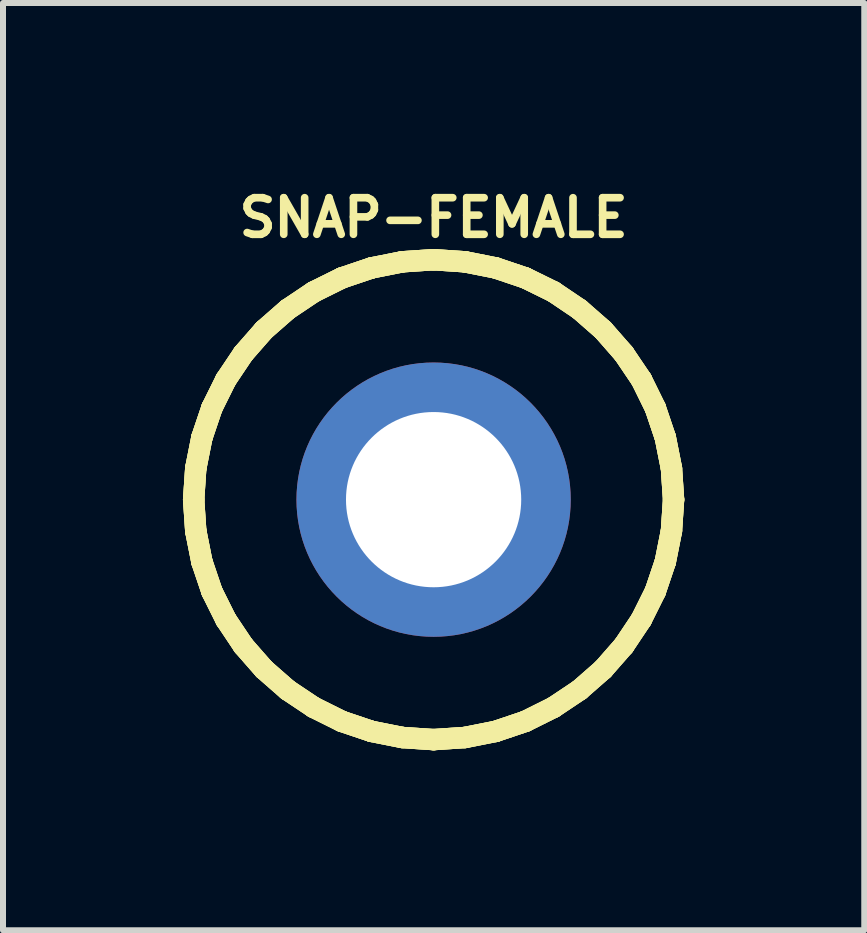
<source format=kicad_pcb>
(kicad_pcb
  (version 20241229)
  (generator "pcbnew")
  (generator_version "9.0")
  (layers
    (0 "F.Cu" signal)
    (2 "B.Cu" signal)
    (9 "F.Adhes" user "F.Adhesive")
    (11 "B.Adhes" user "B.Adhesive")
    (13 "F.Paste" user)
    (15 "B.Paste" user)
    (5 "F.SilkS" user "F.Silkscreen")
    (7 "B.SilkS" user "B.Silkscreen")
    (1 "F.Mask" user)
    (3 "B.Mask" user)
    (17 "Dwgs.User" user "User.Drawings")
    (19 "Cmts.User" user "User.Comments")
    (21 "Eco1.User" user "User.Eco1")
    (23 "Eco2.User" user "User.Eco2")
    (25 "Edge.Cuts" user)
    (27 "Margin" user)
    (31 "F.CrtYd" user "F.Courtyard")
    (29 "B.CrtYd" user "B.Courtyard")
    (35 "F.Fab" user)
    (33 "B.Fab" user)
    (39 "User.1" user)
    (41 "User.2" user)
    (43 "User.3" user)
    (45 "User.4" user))
  (footprint "SNAP-FEMALE"
    (layer "F.Cu")
    (at 4.178 5.279)
    (property "Reference" "SNAP-FEMALE" (at 0 -4.699 0) (layer "F.SilkS") (effects (font (size 0.61 0.61) (thickness 0.127))))
    (attr exclude_from_pos_files exclude_from_bom)
    (fp_line (start -4 0) (end -3.965 -0.521) (stroke (width 0.254) (type solid)) (layer "F.Cu"))
    (fp_line (start -3.965 -0.521) (end -3.863 -1.034) (stroke (width 0.254) (type solid)) (layer "F.Cu"))
    (fp_line (start -3.965 0.521) (end -4 0) (stroke (width 0.254) (type solid)) (layer "F.Cu"))
    (fp_line (start -3.863 -1.034) (end -3.696 -1.529) (stroke (width 0.254) (type solid)) (layer "F.Cu"))
    (fp_line (start -3.863 1.034) (end -3.965 0.521) (stroke (width 0.254) (type solid)) (layer "F.Cu"))
    (fp_line (start -3.696 -1.529) (end -3.462 -1.999) (stroke (width 0.254) (type solid)) (layer "F.Cu"))
    (fp_line (start -3.696 1.529) (end -3.863 1.034) (stroke (width 0.254) (type solid)) (layer "F.Cu"))
    (fp_line (start -3.462 -1.999) (end -3.172 -2.433) (stroke (width 0.254) (type solid)) (layer "F.Cu"))
    (fp_line (start -3.462 1.999) (end -3.696 1.529) (stroke (width 0.254) (type solid)) (layer "F.Cu"))
    (fp_line (start -3.172 -2.433) (end -2.827 -2.827) (stroke (width 0.254) (type solid)) (layer "F.Cu"))
    (fp_line (start -3.172 2.433) (end -3.462 1.999) (stroke (width 0.254) (type solid)) (layer "F.Cu"))
    (fp_line (start -2.827 -2.827) (end -2.433 -3.172) (stroke (width 0.254) (type solid)) (layer "F.Cu"))
    (fp_line (start -2.827 2.827) (end -3.172 2.433) (stroke (width 0.254) (type solid)) (layer "F.Cu"))
    (fp_line (start -2.433 -3.172) (end -1.999 -3.462) (stroke (width 0.254) (type solid)) (layer "F.Cu"))
    (fp_line (start -2.433 3.172) (end -2.827 2.827) (stroke (width 0.254) (type solid)) (layer "F.Cu"))
    (fp_line (start -1.999 -3.462) (end -1.529 -3.696) (stroke (width 0.254) (type solid)) (layer "F.Cu"))
    (fp_line (start -1.999 3.462) (end -2.433 3.172) (stroke (width 0.254) (type solid)) (layer "F.Cu"))
    (fp_line (start -1.529 -3.696) (end -1.034 -3.863) (stroke (width 0.254) (type solid)) (layer "F.Cu"))
    (fp_line (start -1.529 3.696) (end -1.999 3.462) (stroke (width 0.254) (type solid)) (layer "F.Cu"))
    (fp_line (start -1.034 -3.863) (end -0.521 -3.965) (stroke (width 0.254) (type solid)) (layer "F.Cu"))
    (fp_line (start -1.034 3.863) (end -1.529 3.696) (stroke (width 0.254) (type solid)) (layer "F.Cu"))
    (fp_line (start -0.521 -3.965) (end 0 -4) (stroke (width 0.254) (type solid)) (layer "F.Cu"))
    (fp_line (start -0.521 3.965) (end -1.034 3.863) (stroke (width 0.254) (type solid)) (layer "F.Cu"))
    (fp_line (start 0 -4) (end 0.521 -3.965) (stroke (width 0.254) (type solid)) (layer "F.Cu"))
    (fp_line (start 0 4) (end -0.521 3.965) (stroke (width 0.254) (type solid)) (layer "F.Cu"))
    (fp_line (start 0.521 -3.965) (end 1.034 -3.863) (stroke (width 0.254) (type solid)) (layer "F.Cu"))
    (fp_line (start 0.521 3.965) (end 0 4) (stroke (width 0.254) (type solid)) (layer "F.Cu"))
    (fp_line (start 1.034 -3.863) (end 1.529 -3.696) (stroke (width 0.254) (type solid)) (layer "F.Cu"))
    (fp_line (start 1.034 3.863) (end 0.521 3.965) (stroke (width 0.254) (type solid)) (layer "F.Cu"))
    (fp_line (start 1.529 -3.696) (end 1.999 -3.465) (stroke (width 0.254) (type solid)) (layer "F.Cu"))
    (fp_line (start 1.529 3.696) (end 1.034 3.863) (stroke (width 0.254) (type solid)) (layer "F.Cu"))
    (fp_line (start 1.999 -3.465) (end 2.433 -3.172) (stroke (width 0.254) (type solid)) (layer "F.Cu"))
    (fp_line (start 1.999 3.462) (end 1.529 3.696) (stroke (width 0.254) (type solid)) (layer "F.Cu"))
    (fp_line (start 2.433 -3.172) (end 2.827 -2.827) (stroke (width 0.254) (type solid)) (layer "F.Cu"))
    (fp_line (start 2.433 3.172) (end 1.999 3.462) (stroke (width 0.254) (type solid)) (layer "F.Cu"))
    (fp_line (start 2.827 -2.827) (end 3.172 -2.433) (stroke (width 0.254) (type solid)) (layer "F.Cu"))
    (fp_line (start 2.827 2.827) (end 2.433 3.172) (stroke (width 0.254) (type solid)) (layer "F.Cu"))
    (fp_line (start 3.172 -2.433) (end 3.465 -1.999) (stroke (width 0.254) (type solid)) (layer "F.Cu"))
    (fp_line (start 3.172 2.433) (end 2.827 2.827) (stroke (width 0.254) (type solid)) (layer "F.Cu"))
    (fp_line (start 3.462 1.999) (end 3.172 2.433) (stroke (width 0.254) (type solid)) (layer "F.Cu"))
    (fp_line (start 3.465 -1.999) (end 3.696 -1.529) (stroke (width 0.254) (type solid)) (layer "F.Cu"))
    (fp_line (start 3.696 -1.529) (end 3.863 -1.034) (stroke (width 0.254) (type solid)) (layer "F.Cu"))
    (fp_line (start 3.696 1.529) (end 3.462 1.999) (stroke (width 0.254) (type solid)) (layer "F.Cu"))
    (fp_line (start 3.863 -1.034) (end 3.965 -0.521) (stroke (width 0.254) (type solid)) (layer "F.Cu"))
    (fp_line (start 3.863 1.034) (end 3.696 1.529) (stroke (width 0.254) (type solid)) (layer "F.Cu"))
    (fp_line (start 3.965 -0.521) (end 4 0) (stroke (width 0.254) (type solid)) (layer "F.Cu"))
    (fp_line (start 3.965 0.521) (end 3.863 1.034) (stroke (width 0.254) (type solid)) (layer "F.Cu"))
    (fp_line (start 4 0) (end 3.965 0.521) (stroke (width 0.254) (type solid)) (layer "F.Cu"))
    (fp_line (start -4 0) (end -3.965 -0.521) (stroke (width 0.356) (type solid)) (layer "F.SilkS"))
    (fp_line (start -4 0) (end -3.965 -0.521) (stroke (width 0.356) (type solid)) (layer "F.SilkS"))
    (fp_line (start -4 0) (end -3.965 -0.521) (stroke (width 0.356) (type solid)) (layer "F.SilkS"))
    (fp_line (start -3.965 -0.521) (end -3.863 -1.034) (stroke (width 0.356) (type solid)) (layer "F.SilkS"))
    (fp_line (start -3.965 -0.521) (end -3.863 -1.034) (stroke (width 0.356) (type solid)) (layer "F.SilkS"))
    (fp_line (start -3.965 -0.521) (end -3.863 -1.034) (stroke (width 0.356) (type solid)) (layer "F.SilkS"))
    (fp_line (start -3.965 0.521) (end -4 0) (stroke (width 0.356) (type solid)) (layer "F.SilkS"))
    (fp_line (start -3.965 0.521) (end -4 0) (stroke (width 0.356) (type solid)) (layer "F.SilkS"))
    (fp_line (start -3.965 0.521) (end -4 0) (stroke (width 0.356) (type solid)) (layer "F.SilkS"))
    (fp_line (start -3.863 -1.034) (end -3.696 -1.529) (stroke (width 0.356) (type solid)) (layer "F.SilkS"))
    (fp_line (start -3.863 -1.034) (end -3.696 -1.529) (stroke (width 0.356) (type solid)) (layer "F.SilkS"))
    (fp_line (start -3.863 -1.034) (end -3.696 -1.529) (stroke (width 0.356) (type solid)) (layer "F.SilkS"))
    (fp_line (start -3.863 1.034) (end -3.965 0.521) (stroke (width 0.356) (type solid)) (layer "F.SilkS"))
    (fp_line (start -3.863 1.034) (end -3.965 0.521) (stroke (width 0.356) (type solid)) (layer "F.SilkS"))
    (fp_line (start -3.863 1.034) (end -3.965 0.521) (stroke (width 0.356) (type solid)) (layer "F.SilkS"))
    (fp_line (start -3.696 -1.529) (end -3.465 -1.999) (stroke (width 0.356) (type solid)) (layer "F.SilkS"))
    (fp_line (start -3.696 -1.529) (end -3.462 -1.999) (stroke (width 0.356) (type solid)) (layer "F.SilkS"))
    (fp_line (start -3.696 -1.529) (end -3.462 -1.999) (stroke (width 0.356) (type solid)) (layer "F.SilkS"))
    (fp_line (start -3.696 1.529) (end -3.863 1.034) (stroke (width 0.356) (type solid)) (layer "F.SilkS"))
    (fp_line (start -3.696 1.529) (end -3.863 1.034) (stroke (width 0.356) (type solid)) (layer "F.SilkS"))
    (fp_line (start -3.696 1.529) (end -3.863 1.034) (stroke (width 0.356) (type solid)) (layer "F.SilkS"))
    (fp_line (start -3.465 -1.999) (end -3.172 -2.433) (stroke (width 0.356) (type solid)) (layer "F.SilkS"))
    (fp_line (start -3.462 -1.999) (end -3.172 -2.433) (stroke (width 0.356) (type solid)) (layer "F.SilkS"))
    (fp_line (start -3.462 -1.999) (end -3.172 -2.433) (stroke (width 0.356) (type solid)) (layer "F.SilkS"))
    (fp_line (start -3.462 1.999) (end -3.696 1.529) (stroke (width 0.356) (type solid)) (layer "F.SilkS"))
    (fp_line (start -3.462 1.999) (end -3.696 1.529) (stroke (width 0.356) (type solid)) (layer "F.SilkS"))
    (fp_line (start -3.462 1.999) (end -3.696 1.529) (stroke (width 0.356) (type solid)) (layer "F.SilkS"))
    (fp_line (start -3.172 -2.433) (end -2.827 -2.827) (stroke (width 0.356) (type solid)) (layer "F.SilkS"))
    (fp_line (start -3.172 -2.433) (end -2.827 -2.827) (stroke (width 0.356) (type solid)) (layer "F.SilkS"))
    (fp_line (start -3.172 -2.433) (end -2.827 -2.827) (stroke (width 0.356) (type solid)) (layer "F.SilkS"))
    (fp_line (start -3.172 2.433) (end -3.462 1.999) (stroke (width 0.356) (type solid)) (layer "F.SilkS"))
    (fp_line (start -3.172 2.433) (end -3.462 1.999) (stroke (width 0.356) (type solid)) (layer "F.SilkS"))
    (fp_line (start -3.172 2.433) (end -3.462 1.999) (stroke (width 0.356) (type solid)) (layer "F.SilkS"))
    (fp_line (start -2.827 -2.827) (end -2.433 -3.172) (stroke (width 0.356) (type solid)) (layer "F.SilkS"))
    (fp_line (start -2.827 -2.827) (end -2.433 -3.172) (stroke (width 0.356) (type solid)) (layer "F.SilkS"))
    (fp_line (start -2.827 -2.827) (end -2.433 -3.172) (stroke (width 0.356) (type solid)) (layer "F.SilkS"))
    (fp_line (start -2.827 2.827) (end -3.172 2.433) (stroke (width 0.356) (type solid)) (layer "F.SilkS"))
    (fp_line (start -2.827 2.827) (end -3.172 2.433) (stroke (width 0.356) (type solid)) (layer "F.SilkS"))
    (fp_line (start -2.827 2.827) (end -3.172 2.433) (stroke (width 0.356) (type solid)) (layer "F.SilkS"))
    (fp_line (start -2.433 -3.172) (end -1.999 -3.465) (stroke (width 0.356) (type solid)) (layer "F.SilkS"))
    (fp_line (start -2.433 -3.172) (end -1.999 -3.462) (stroke (width 0.356) (type solid)) (layer "F.SilkS"))
    (fp_line (start -2.433 -3.172) (end -1.999 -3.462) (stroke (width 0.356) (type solid)) (layer "F.SilkS"))
    (fp_line (start -2.433 3.172) (end -2.827 2.827) (stroke (width 0.356) (type solid)) (layer "F.SilkS"))
    (fp_line (start -2.433 3.172) (end -2.827 2.827) (stroke (width 0.356) (type solid)) (layer "F.SilkS"))
    (fp_line (start -2.433 3.172) (end -2.827 2.827) (stroke (width 0.356) (type solid)) (layer "F.SilkS"))
    (fp_line (start -1.999 -3.465) (end -1.529 -3.696) (stroke (width 0.356) (type solid)) (layer "F.SilkS"))
    (fp_line (start -1.999 -3.462) (end -1.529 -3.696) (stroke (width 0.356) (type solid)) (layer "F.SilkS"))
    (fp_line (start -1.999 -3.462) (end -1.529 -3.696) (stroke (width 0.356) (type solid)) (layer "F.SilkS"))
    (fp_line (start -1.999 3.462) (end -2.433 3.172) (stroke (width 0.356) (type solid)) (layer "F.SilkS"))
    (fp_line (start -1.999 3.462) (end -2.433 3.172) (stroke (width 0.356) (type solid)) (layer "F.SilkS"))
    (fp_line (start -1.999 3.462) (end -2.433 3.172) (stroke (width 0.356) (type solid)) (layer "F.SilkS"))
    (fp_line (start -1.529 -3.696) (end -1.034 -3.863) (stroke (width 0.356) (type solid)) (layer "F.SilkS"))
    (fp_line (start -1.529 -3.696) (end -1.034 -3.863) (stroke (width 0.356) (type solid)) (layer "F.SilkS"))
    (fp_line (start -1.529 -3.696) (end -1.034 -3.863) (stroke (width 0.356) (type solid)) (layer "F.SilkS"))
    (fp_line (start -1.529 3.696) (end -1.999 3.462) (stroke (width 0.356) (type solid)) (layer "F.SilkS"))
    (fp_line (start -1.529 3.696) (end -1.999 3.462) (stroke (width 0.356) (type solid)) (layer "F.SilkS"))
    (fp_line (start -1.529 3.696) (end -1.999 3.462) (stroke (width 0.356) (type solid)) (layer "F.SilkS"))
    (fp_line (start -1.034 -3.863) (end -0.521 -3.965) (stroke (width 0.356) (type solid)) (layer "F.SilkS"))
    (fp_line (start -1.034 -3.863) (end -0.521 -3.965) (stroke (width 0.356) (type solid)) (layer "F.SilkS"))
    (fp_line (start -1.034 -3.863) (end -0.521 -3.965) (stroke (width 0.356) (type solid)) (layer "F.SilkS"))
    (fp_line (start -1.034 3.863) (end -1.529 3.696) (stroke (width 0.356) (type solid)) (layer "F.SilkS"))
    (fp_line (start -1.034 3.863) (end -1.529 3.696) (stroke (width 0.356) (type solid)) (layer "F.SilkS"))
    (fp_line (start -1.034 3.863) (end -1.529 3.696) (stroke (width 0.356) (type solid)) (layer "F.SilkS"))
    (fp_line (start -0.521 -3.965) (end 0 -4) (stroke (width 0.356) (type solid)) (layer "F.SilkS"))
    (fp_line (start -0.521 -3.965) (end 0 -4) (stroke (width 0.356) (type solid)) (layer "F.SilkS"))
    (fp_line (start -0.521 -3.965) (end 0 -4) (stroke (width 0.356) (type solid)) (layer "F.SilkS"))
    (fp_line (start -0.521 3.965) (end -1.034 3.863) (stroke (width 0.356) (type solid)) (layer "F.SilkS"))
    (fp_line (start -0.521 3.965) (end -1.034 3.863) (stroke (width 0.356) (type solid)) (layer "F.SilkS"))
    (fp_line (start -0.521 3.965) (end -1.034 3.863) (stroke (width 0.356) (type solid)) (layer "F.SilkS"))
    (fp_line (start 0 -4) (end 0.521 -3.965) (stroke (width 0.356) (type solid)) (layer "F.SilkS"))
    (fp_line (start 0 -4) (end 0.521 -3.965) (stroke (width 0.356) (type solid)) (layer "F.SilkS"))
    (fp_line (start 0 -4) (end 0.521 -3.965) (stroke (width 0.356) (type solid)) (layer "F.SilkS"))
    (fp_line (start 0 4) (end -0.521 3.965) (stroke (width 0.356) (type solid)) (layer "F.SilkS"))
    (fp_line (start 0 4) (end -0.521 3.965) (stroke (width 0.356) (type solid)) (layer "F.SilkS"))
    (fp_line (start 0 4) (end -0.521 3.965) (stroke (width 0.356) (type solid)) (layer "F.SilkS"))
    (fp_line (start 0.521 -3.965) (end 1.034 -3.863) (stroke (width 0.356) (type solid)) (layer "F.SilkS"))
    (fp_line (start 0.521 -3.965) (end 1.034 -3.863) (stroke (width 0.356) (type solid)) (layer "F.SilkS"))
    (fp_line (start 0.521 -3.965) (end 1.034 -3.863) (stroke (width 0.356) (type solid)) (layer "F.SilkS"))
    (fp_line (start 0.521 3.965) (end 0 4) (stroke (width 0.356) (type solid)) (layer "F.SilkS"))
    (fp_line (start 0.521 3.965) (end 0 4) (stroke (width 0.356) (type solid)) (layer "F.SilkS"))
    (fp_line (start 0.521 3.965) (end 0 4) (stroke (width 0.356) (type solid)) (layer "F.SilkS"))
    (fp_line (start 1.034 -3.863) (end 1.529 -3.696) (stroke (width 0.356) (type solid)) (layer "F.SilkS"))
    (fp_line (start 1.034 -3.863) (end 1.529 -3.696) (stroke (width 0.356) (type solid)) (layer "F.SilkS"))
    (fp_line (start 1.034 -3.863) (end 1.529 -3.696) (stroke (width 0.356) (type solid)) (layer "F.SilkS"))
    (fp_line (start 1.034 3.863) (end 0.521 3.965) (stroke (width 0.356) (type solid)) (layer "F.SilkS"))
    (fp_line (start 1.034 3.863) (end 0.521 3.965) (stroke (width 0.356) (type solid)) (layer "F.SilkS"))
    (fp_line (start 1.034 3.863) (end 0.521 3.965) (stroke (width 0.356) (type solid)) (layer "F.SilkS"))
    (fp_line (start 1.529 -3.696) (end 1.999 -3.465) (stroke (width 0.356) (type solid)) (layer "F.SilkS"))
    (fp_line (start 1.529 -3.696) (end 1.999 -3.465) (stroke (width 0.356) (type solid)) (layer "F.SilkS"))
    (fp_line (start 1.529 -3.696) (end 1.999 -3.465) (stroke (width 0.356) (type solid)) (layer "F.SilkS"))
    (fp_line (start 1.529 3.696) (end 1.034 3.863) (stroke (width 0.356) (type solid)) (layer "F.SilkS"))
    (fp_line (start 1.529 3.696) (end 1.034 3.863) (stroke (width 0.356) (type solid)) (layer "F.SilkS"))
    (fp_line (start 1.529 3.696) (end 1.034 3.863) (stroke (width 0.356) (type solid)) (layer "F.SilkS"))
    (fp_line (start 1.999 -3.465) (end 2.433 -3.172) (stroke (width 0.356) (type solid)) (layer "F.SilkS"))
    (fp_line (start 1.999 -3.465) (end 2.433 -3.172) (stroke (width 0.356) (type solid)) (layer "F.SilkS"))
    (fp_line (start 1.999 -3.465) (end 2.433 -3.172) (stroke (width 0.356) (type solid)) (layer "F.SilkS"))
    (fp_line (start 1.999 3.462) (end 1.529 3.696) (stroke (width 0.356) (type solid)) (layer "F.SilkS"))
    (fp_line (start 1.999 3.462) (end 1.529 3.696) (stroke (width 0.356) (type solid)) (layer "F.SilkS"))
    (fp_line (start 1.999 3.462) (end 1.529 3.696) (stroke (width 0.356) (type solid)) (layer "F.SilkS"))
    (fp_line (start 2.433 -3.172) (end 2.827 -2.827) (stroke (width 0.356) (type solid)) (layer "F.SilkS"))
    (fp_line (start 2.433 -3.172) (end 2.827 -2.827) (stroke (width 0.356) (type solid)) (layer "F.SilkS"))
    (fp_line (start 2.433 -3.172) (end 2.827 -2.827) (stroke (width 0.356) (type solid)) (layer "F.SilkS"))
    (fp_line (start 2.433 3.172) (end 1.999 3.462) (stroke (width 0.356) (type solid)) (layer "F.SilkS"))
    (fp_line (start 2.433 3.172) (end 1.999 3.462) (stroke (width 0.356) (type solid)) (layer "F.SilkS"))
    (fp_line (start 2.433 3.172) (end 1.999 3.462) (stroke (width 0.356) (type solid)) (layer "F.SilkS"))
    (fp_line (start 2.827 -2.827) (end 3.172 -2.433) (stroke (width 0.356) (type solid)) (layer "F.SilkS"))
    (fp_line (start 2.827 -2.827) (end 3.172 -2.433) (stroke (width 0.356) (type solid)) (layer "F.SilkS"))
    (fp_line (start 2.827 -2.827) (end 3.172 -2.433) (stroke (width 0.356) (type solid)) (layer "F.SilkS"))
    (fp_line (start 2.827 2.827) (end 2.433 3.172) (stroke (width 0.356) (type solid)) (layer "F.SilkS"))
    (fp_line (start 2.827 2.827) (end 2.433 3.172) (stroke (width 0.356) (type solid)) (layer "F.SilkS"))
    (fp_line (start 2.827 2.827) (end 2.433 3.172) (stroke (width 0.356) (type solid)) (layer "F.SilkS"))
    (fp_line (start 3.172 -2.433) (end 3.465 -1.999) (stroke (width 0.356) (type solid)) (layer "F.SilkS"))
    (fp_line (start 3.172 -2.433) (end 3.465 -1.999) (stroke (width 0.356) (type solid)) (layer "F.SilkS"))
    (fp_line (start 3.172 -2.433) (end 3.465 -1.999) (stroke (width 0.356) (type solid)) (layer "F.SilkS"))
    (fp_line (start 3.172 2.433) (end 2.827 2.827) (stroke (width 0.356) (type solid)) (layer "F.SilkS"))
    (fp_line (start 3.172 2.433) (end 2.827 2.827) (stroke (width 0.356) (type solid)) (layer "F.SilkS"))
    (fp_line (start 3.172 2.433) (end 2.827 2.827) (stroke (width 0.356) (type solid)) (layer "F.SilkS"))
    (fp_line (start 3.462 1.999) (end 3.172 2.433) (stroke (width 0.356) (type solid)) (layer "F.SilkS"))
    (fp_line (start 3.462 1.999) (end 3.172 2.433) (stroke (width 0.356) (type solid)) (layer "F.SilkS"))
    (fp_line (start 3.462 1.999) (end 3.172 2.433) (stroke (width 0.356) (type solid)) (layer "F.SilkS"))
    (fp_line (start 3.465 -1.999) (end 3.696 -1.529) (stroke (width 0.356) (type solid)) (layer "F.SilkS"))
    (fp_line (start 3.465 -1.999) (end 3.696 -1.529) (stroke (width 0.356) (type solid)) (layer "F.SilkS"))
    (fp_line (start 3.465 -1.999) (end 3.696 -1.529) (stroke (width 0.356) (type solid)) (layer "F.SilkS"))
    (fp_line (start 3.696 -1.529) (end 3.863 -1.034) (stroke (width 0.356) (type solid)) (layer "F.SilkS"))
    (fp_line (start 3.696 -1.529) (end 3.863 -1.034) (stroke (width 0.356) (type solid)) (layer "F.SilkS"))
    (fp_line (start 3.696 -1.529) (end 3.863 -1.034) (stroke (width 0.356) (type solid)) (layer "F.SilkS"))
    (fp_line (start 3.696 1.529) (end 3.462 1.999) (stroke (width 0.356) (type solid)) (layer "F.SilkS"))
    (fp_line (start 3.696 1.529) (end 3.462 1.999) (stroke (width 0.356) (type solid)) (layer "F.SilkS"))
    (fp_line (start 3.696 1.529) (end 3.462 1.999) (stroke (width 0.356) (type solid)) (layer "F.SilkS"))
    (fp_line (start 3.863 -1.034) (end 3.965 -0.521) (stroke (width 0.356) (type solid)) (layer "F.SilkS"))
    (fp_line (start 3.863 -1.034) (end 3.965 -0.521) (stroke (width 0.356) (type solid)) (layer "F.SilkS"))
    (fp_line (start 3.863 -1.034) (end 3.965 -0.521) (stroke (width 0.356) (type solid)) (layer "F.SilkS"))
    (fp_line (start 3.863 1.034) (end 3.696 1.529) (stroke (width 0.356) (type solid)) (layer "F.SilkS"))
    (fp_line (start 3.863 1.034) (end 3.696 1.529) (stroke (width 0.356) (type solid)) (layer "F.SilkS"))
    (fp_line (start 3.863 1.034) (end 3.696 1.529) (stroke (width 0.356) (type solid)) (layer "F.SilkS"))
    (fp_line (start 3.965 -0.521) (end 4 0) (stroke (width 0.356) (type solid)) (layer "F.SilkS"))
    (fp_line (start 3.965 -0.521) (end 4 0) (stroke (width 0.356) (type solid)) (layer "F.SilkS"))
    (fp_line (start 3.965 -0.521) (end 4 0) (stroke (width 0.356) (type solid)) (layer "F.SilkS"))
    (fp_line (start 3.965 0.521) (end 3.863 1.034) (stroke (width 0.356) (type solid)) (layer "F.SilkS"))
    (fp_line (start 3.965 0.521) (end 3.863 1.034) (stroke (width 0.356) (type solid)) (layer "F.SilkS"))
    (fp_line (start 3.965 0.521) (end 3.863 1.034) (stroke (width 0.356) (type solid)) (layer "F.SilkS"))
    (fp_line (start 4 0) (end 3.965 0.521) (stroke (width 0.356) (type solid)) (layer "F.SilkS"))
    (fp_line (start 4 0) (end 3.965 0.521) (stroke (width 0.356) (type solid)) (layer "F.SilkS"))
    (fp_line (start 4 0) (end 3.965 0.521) (stroke (width 0.356) (type solid)) (layer "F.SilkS"))
    (pad "1" thru_hole circle (at 0 0) (size 4.572 4.572) (drill 2.921) (layers "*.Cu" "*.Mask")))
  (gr_rect
    (start -3 -3)
    (end 11.357 12.457)
    (stroke (width 0.1) (type default))
    (fill no)
    (layer "Edge.Cuts")))
</source>
